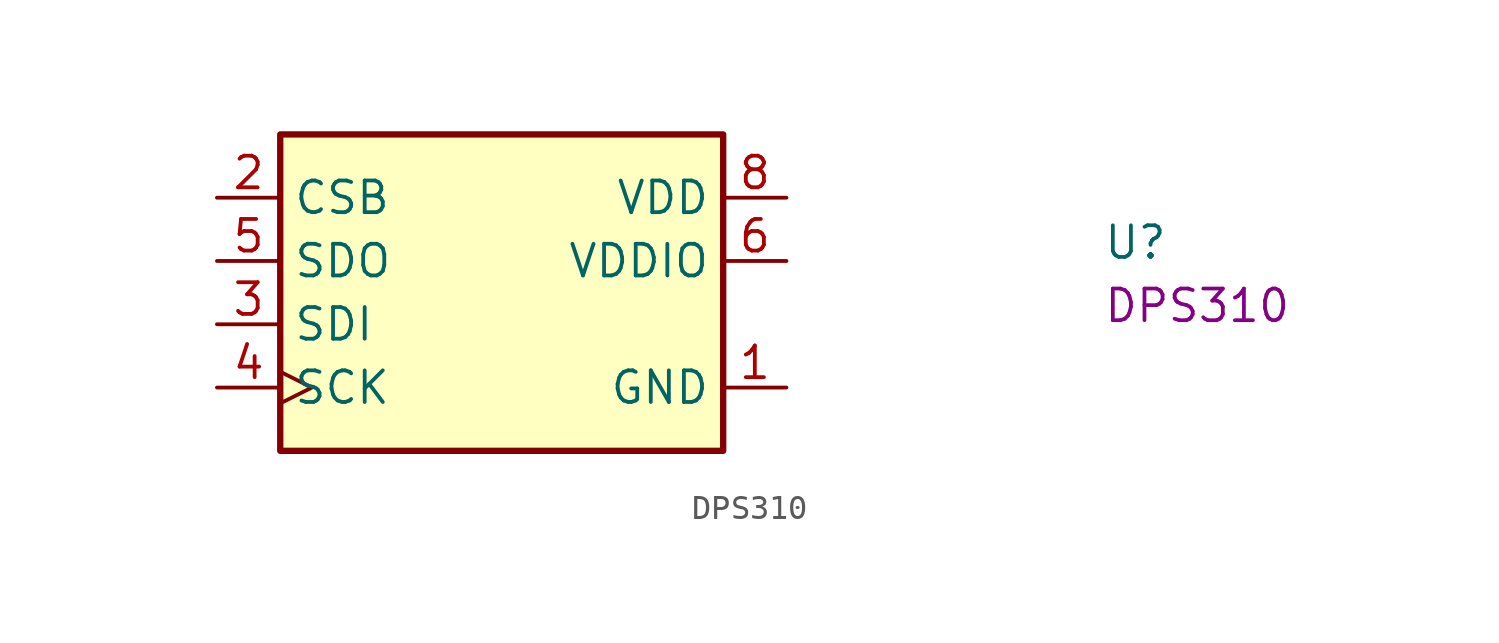
<source format=kicad_sym>
(kicad_symbol_lib
  (version 20220914)
  (generator kicad_symbol_editor)
  (symbol "DPS310"
    (property "Reference" "U"
      (at 35.56 -2.54 0)
      (effects (font (size 1.27 1.27) (thickness 0.15)) (justify left bottom)))
    (property "MPN" "DPS310"
      (at 35.56 -5.08 0)
      (effects (font (size 1.27 1.27) (thickness 0.15)) (justify left bottom)))
    (symbol "DPS310_1_1"
      (rectangle (start 2.54 2.54) (end 20.32 -10.16) (stroke (width 0.254) (type solid)) (fill (type background)))
      (pin power_in line (at 22.86 -7.62 180) (length 2.54) (name "GND" (effects (font (size 1.27 1.27)))) (number "1" (effects (font (size 1.27 1.27)))))
      (pin input line (at 0 0 0) (length 2.54) (name "CSB" (effects (font (size 1.27 1.27)))) (number "2" (effects (font (size 1.27 1.27)))))
      (pin bidirectional line (at 0 -5.08 0) (length 2.54) (name "SDI" (effects (font (size 1.27 1.27)))) (number "3" (effects (font (size 1.27 1.27)))))
      (pin input clock (at 0 -7.62 0) (length 2.54) (name "SCK" (effects (font (size 1.27 1.27)))) (number "4" (effects (font (size 1.27 1.27)))))
      (pin output line (at 0 -2.54 0) (length 2.54) (name "SDO" (effects (font (size 1.27 1.27)))) (number "5" (effects (font (size 1.27 1.27)))))
      (pin power_in line (at 22.86 -2.54 180) (length 2.54) (name "VDDIO" (effects (font (size 1.27 1.27)))) (number "6" (effects (font (size 1.27 1.27)))))
      (pin passive line (at 22.86 -7.62 180) (length 2.54) hide (name "GND" (effects (font (size 1.27 1.27)))) (number "7" (effects (font (size 1.27 1.27)))))
      (pin power_in line (at 22.86 0 180) (length 2.54) (name "VDD" (effects (font (size 1.27 1.27)))) (number "8" (effects (font (size 1.27 1.27))))))))
</source>
